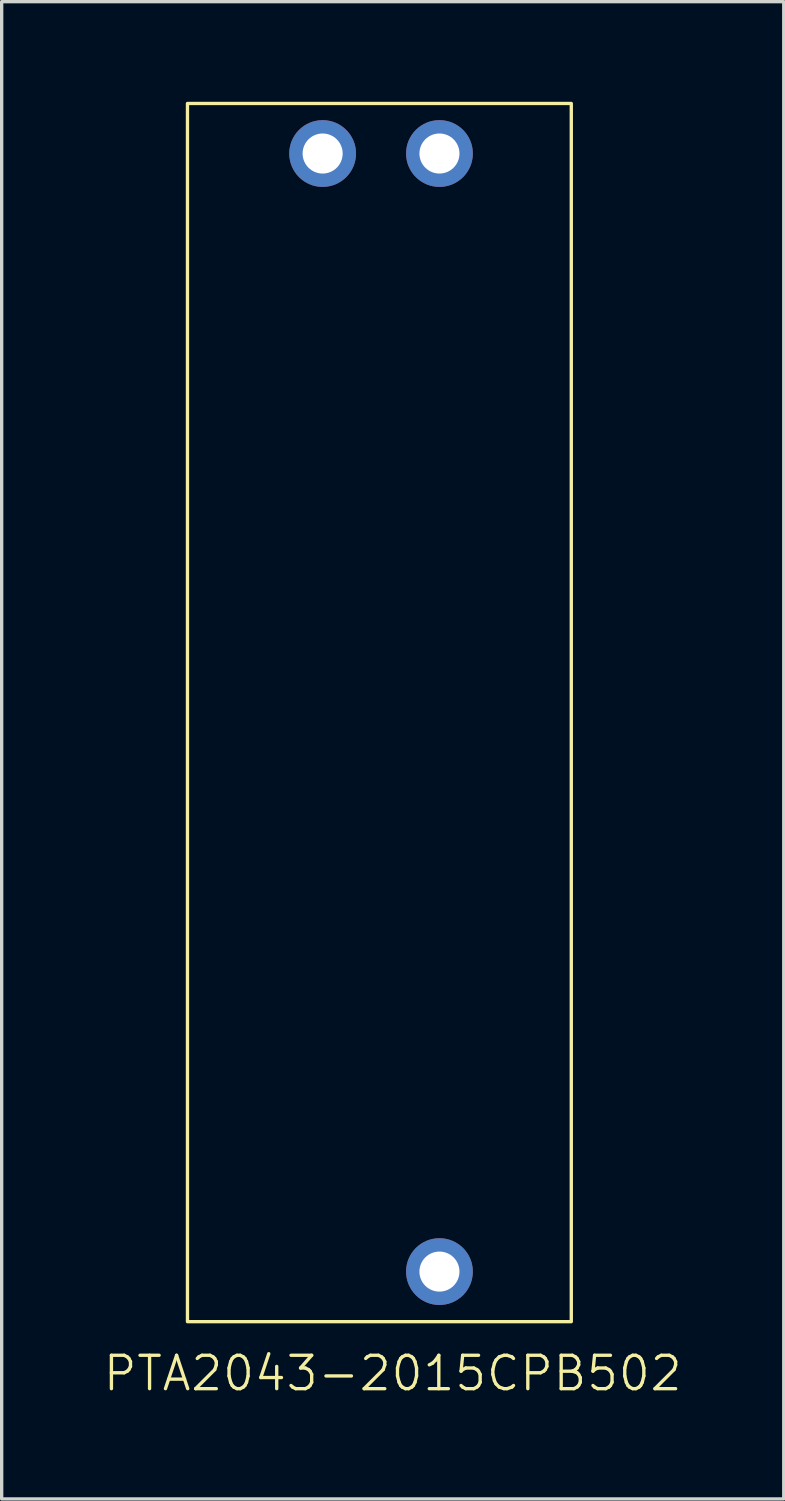
<source format=kicad_pcb>
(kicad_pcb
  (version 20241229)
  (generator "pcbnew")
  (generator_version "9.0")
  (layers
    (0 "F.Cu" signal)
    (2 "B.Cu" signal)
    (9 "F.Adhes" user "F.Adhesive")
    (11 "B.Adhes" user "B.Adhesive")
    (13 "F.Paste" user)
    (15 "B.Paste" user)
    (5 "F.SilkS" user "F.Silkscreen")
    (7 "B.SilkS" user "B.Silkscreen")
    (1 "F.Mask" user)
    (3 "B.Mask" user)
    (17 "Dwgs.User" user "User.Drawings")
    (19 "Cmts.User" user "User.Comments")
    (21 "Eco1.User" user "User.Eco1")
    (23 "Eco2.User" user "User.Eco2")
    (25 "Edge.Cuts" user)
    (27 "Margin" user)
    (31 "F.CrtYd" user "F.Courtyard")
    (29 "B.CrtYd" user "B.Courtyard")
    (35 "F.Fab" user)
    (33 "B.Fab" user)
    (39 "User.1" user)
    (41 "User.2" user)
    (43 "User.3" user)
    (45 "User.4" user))
  (footprint "PTA2043-2015CPB502"
    (layer "F.Cu")
    (at 10.117 35.05)
    (property "Reference" "PTA2043-2015CPB502" (at -1.4 3.05 0) (unlocked yes) (layer "F.SilkS") (effects (font (size 1 1) (thickness 0.1))))
    (attr through_hole)
    (fp_rect (start -7.55 -35) (end 3.95 1.5) (stroke (width 0.1) (type default)) (fill no) (layer "F.SilkS"))
    (pad "" np_thru_hole circle (at -6 -29.35) (size 0.001 0.001) (drill 1.7) (layers "*.Mask"))
    (pad "" np_thru_hole circle (at -6 -4.15) (size 0.001 0.001) (drill 1.7) (layers "*.Mask"))
    (pad "" np_thru_hole circle (at 2.5 -28.15) (size 0.001 0.001) (drill 1.7) (layers "*.Mask"))
    (pad "" np_thru_hole circle (at 2.5 -5.35) (size 0.001 0.001) (drill 1.7) (layers "*.Mask"))
    (pad "1" thru_hole circle (at 0 -33.5) (size 2 2) (drill 1.2) (layers "*.Cu" "*.Mask"))
    (pad "2" thru_hole circle (at -3.5 -33.5) (size 2 2) (drill 1.2) (layers "*.Cu" "*.Mask"))
    (pad "3" thru_hole circle (at 0 0) (size 2 2) (drill 1.2) (layers "*.Cu" "*.Mask")))
  (gr_rect
    (start -3 -3)
    (end 20.433 41.861)
    (stroke (width 0.1) (type default))
    (fill no)
    (layer "Edge.Cuts")))
</source>
